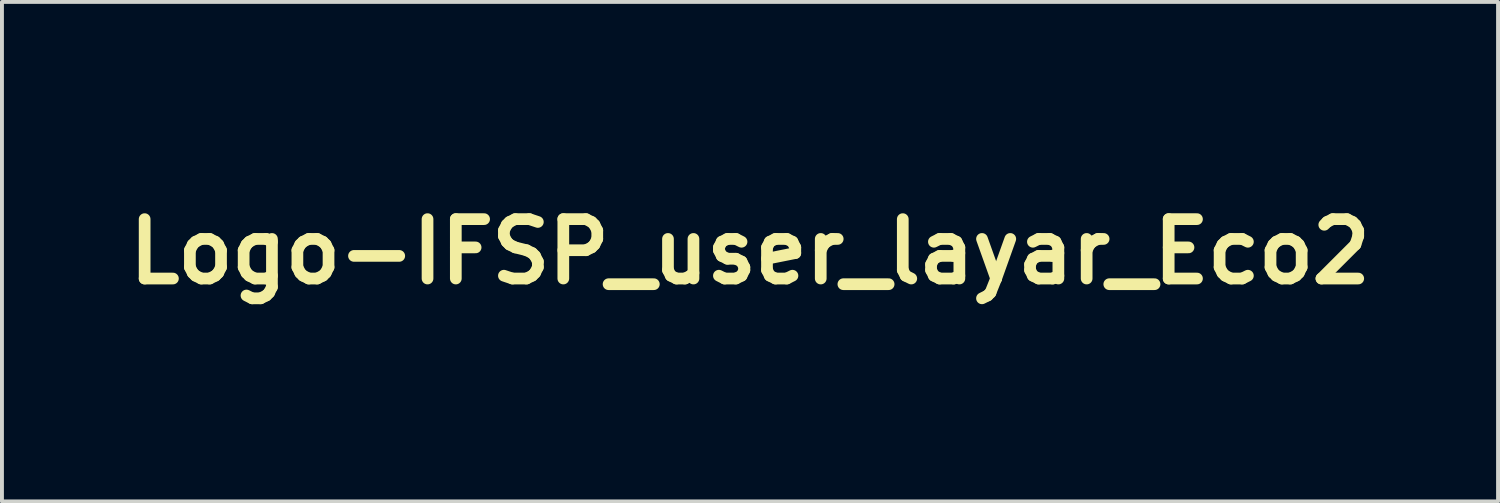
<source format=kicad_pcb>
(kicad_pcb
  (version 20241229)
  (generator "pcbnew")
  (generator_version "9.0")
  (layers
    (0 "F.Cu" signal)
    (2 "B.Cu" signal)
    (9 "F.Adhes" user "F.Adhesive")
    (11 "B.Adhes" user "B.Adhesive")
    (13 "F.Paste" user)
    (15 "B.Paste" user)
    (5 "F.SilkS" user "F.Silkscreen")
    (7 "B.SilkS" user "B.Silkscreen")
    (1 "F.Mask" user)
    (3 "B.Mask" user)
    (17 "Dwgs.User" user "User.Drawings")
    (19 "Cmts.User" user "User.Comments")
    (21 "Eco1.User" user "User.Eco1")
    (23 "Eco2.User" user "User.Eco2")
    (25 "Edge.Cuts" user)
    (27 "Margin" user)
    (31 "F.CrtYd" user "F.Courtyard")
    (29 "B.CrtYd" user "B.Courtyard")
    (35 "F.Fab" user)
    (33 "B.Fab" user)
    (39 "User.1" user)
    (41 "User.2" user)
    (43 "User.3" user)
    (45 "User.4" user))
  (footprint "Logo-IFSP_user_layar_Eco2"
    (layer "F.Cu")
    (at 16.191 3.406)
    (property "Reference" "Logo-IFSP_user_layar_Eco2" (at 0 0 0) (layer "F.SilkS") (effects (font (size 1.524 1.524) (thickness 0.3))))
    (attr through_hole)
    (fp_poly (pts (xy -1.732 -3.401) (xy -1.706 -3.4) (xy -1.681 -3.399) (xy -1.658 -3.397) (xy -1.638 -3.395) (xy -1.631 -3.394) (xy -1.568 -3.382) (xy -1.508 -3.365) (xy -1.449 -3.343) (xy -1.393 -3.317) (xy -1.338 -3.287) (xy -1.287 -3.252) (xy -1.238 -3.212) (xy -1.203 -3.18) (xy -1.158 -3.133) (xy -1.118 -3.084) (xy -1.083 -3.033) (xy -1.052 -2.979) (xy -1.025 -2.923) (xy -1.003 -2.864) (xy -0.985 -2.802) (xy -0.971 -2.738) (xy -0.967 -2.715) (xy -0.965 -2.696) (xy -0.963 -2.674) (xy -0.962 -2.648) (xy -0.961 -2.622) (xy -0.961 -2.594) (xy -0.962 -2.567) (xy -0.963 -2.542) (xy -0.964 -2.519) (xy -0.966 -2.501) (xy -0.966 -2.5) (xy -0.978 -2.434) (xy -0.994 -2.371) (xy -1.014 -2.311) (xy -1.039 -2.253) (xy -1.069 -2.197) (xy -1.102 -2.144) (xy -1.14 -2.094) (xy -1.182 -2.047) (xy -1.194 -2.035) (xy -1.241 -1.991) (xy -1.29 -1.952) (xy -1.342 -1.918) (xy -1.396 -1.888) (xy -1.453 -1.862) (xy -1.511 -1.841) (xy -1.571 -1.825) (xy -1.633 -1.813) (xy -1.697 -1.806) (xy -1.701 -1.806) (xy -1.719 -1.805) (xy -1.734 -1.804) (xy -1.748 -1.804) (xy -1.76 -1.804) (xy -1.774 -1.805) (xy -1.791 -1.806) (xy -1.798 -1.806) (xy -1.86 -1.813) (xy -1.922 -1.824) (xy -1.982 -1.841) (xy -2.04 -1.861) (xy -2.096 -1.887) (xy -2.149 -1.916) (xy -2.201 -1.95) (xy -2.25 -1.988) (xy -2.295 -2.03) (xy -2.338 -2.076) (xy -2.378 -2.125) (xy -2.402 -2.16) (xy -2.416 -2.181) (xy -2.43 -2.206) (xy -2.444 -2.232) (xy -2.457 -2.258) (xy -2.469 -2.282) (xy -2.473 -2.292) (xy -2.495 -2.352) (xy -2.512 -2.413) (xy -2.524 -2.474) (xy -2.532 -2.537) (xy -2.534 -2.599) (xy -2.532 -2.661) (xy -2.526 -2.724) (xy -2.514 -2.785) (xy -2.497 -2.846) (xy -2.476 -2.905) (xy -2.456 -2.951) (xy -2.426 -3.008) (xy -2.392 -3.061) (xy -2.355 -3.112) (xy -2.313 -3.159) (xy -2.268 -3.203) (xy -2.22 -3.242) (xy -2.177 -3.273) (xy -2.123 -3.306) (xy -2.067 -3.334) (xy -2.009 -3.357) (xy -1.95 -3.375) (xy -1.889 -3.389) (xy -1.826 -3.398) (xy -1.823 -3.399) (xy -1.805 -3.4) (xy -1.783 -3.401) (xy -1.758 -3.401) (xy -1.732 -3.401)) (stroke (width 0.01) (type solid)) (fill no) (layer "Eco2.User"))
    (fp_poly (pts (xy 1.536 0.038) (xy 1.593 0.039) (xy 1.655 0.039) (xy 1.722 0.039) (xy 1.737 0.039) (xy 1.798 0.039) (xy 1.854 0.039) (xy 1.905 0.039) (xy 1.952 0.039) (xy 1.994 0.039) (xy 2.033 0.039) (xy 2.067 0.039) (xy 2.098 0.04) (xy 2.126 0.04) (xy 2.151 0.04) (xy 2.173 0.04) (xy 2.192 0.041) (xy 2.209 0.041) (xy 2.223 0.041) (xy 2.236 0.042) (xy 2.246 0.042) (xy 2.255 0.043) (xy 2.263 0.044) (xy 2.27 0.045) (xy 2.275 0.045) (xy 2.28 0.046) (xy 2.284 0.048) (xy 2.289 0.049) (xy 2.293 0.05) (xy 2.297 0.052) (xy 2.301 0.053) (xy 2.305 0.054) (xy 2.339 0.068) (xy 2.371 0.087) (xy 2.402 0.11) (xy 2.43 0.136) (xy 2.456 0.167) (xy 2.478 0.2) (xy 2.493 0.225) (xy 2.505 0.253) (xy 2.516 0.283) (xy 2.525 0.314) (xy 2.528 0.326) (xy 2.534 0.352) (xy 2.534 1.355) (xy 2.528 1.381) (xy 2.516 1.425) (xy 2.501 1.466) (xy 2.481 1.503) (xy 2.458 1.538) (xy 2.431 1.569) (xy 2.426 1.575) (xy 2.396 1.602) (xy 2.364 1.625) (xy 2.331 1.642) (xy 2.296 1.656) (xy 2.259 1.664) (xy 2.253 1.665) (xy 2.247 1.666) (xy 2.237 1.666) (xy 2.222 1.666) (xy 2.203 1.667) (xy 2.18 1.667) (xy 2.154 1.667) (xy 2.124 1.668) (xy 2.091 1.668) (xy 2.056 1.668) (xy 2.018 1.668) (xy 1.979 1.669) (xy 1.937 1.669) (xy 1.894 1.669) (xy 1.85 1.669) (xy 1.805 1.669) (xy 1.759 1.669) (xy 1.713 1.669) (xy 1.667 1.669) (xy 1.622 1.669) (xy 1.577 1.669) (xy 1.533 1.669) (xy 1.491 1.669) (xy 1.449 1.668) (xy 1.41 1.668) (xy 1.373 1.668) (xy 1.338 1.668) (xy 1.306 1.667) (xy 1.278 1.667) (xy 1.252 1.667) (xy 1.23 1.666) (xy 1.212 1.666) (xy 1.198 1.666) (xy 1.189 1.665) (xy 1.186 1.665) (xy 1.149 1.657) (xy 1.114 1.644) (xy 1.08 1.626) (xy 1.048 1.604) (xy 1.018 1.577) (xy 1.017 1.576) (xy 0.99 1.545) (xy 0.966 1.511) (xy 0.946 1.475) (xy 0.93 1.435) (xy 0.917 1.392) (xy 0.914 1.379) (xy 0.908 1.353) (xy 0.908 0.354) (xy 0.914 0.328) (xy 0.926 0.284) (xy 0.941 0.244) (xy 0.96 0.206) (xy 0.982 0.172) (xy 1.007 0.141) (xy 1.034 0.114) (xy 1.065 0.091) (xy 1.098 0.071) (xy 1.133 0.056) (xy 1.17 0.046) (xy 1.201 0.041) (xy 1.207 0.04) (xy 1.216 0.04) (xy 1.229 0.04) (xy 1.246 0.039) (xy 1.267 0.039) (xy 1.292 0.039) (xy 1.322 0.039) (xy 1.355 0.039) (xy 1.394 0.039) (xy 1.437 0.039) (xy 1.484 0.038) (xy 1.536 0.038)) (stroke (width 0.01) (type solid)) (fill no) (layer "Eco2.User"))
    (fp_poly (pts (xy 1.527 -3.36) (xy 1.584 -3.36) (xy 1.646 -3.36) (xy 1.712 -3.36) (xy 1.735 -3.36) (xy 1.796 -3.36) (xy 1.852 -3.36) (xy 1.903 -3.359) (xy 1.95 -3.359) (xy 1.992 -3.359) (xy 2.031 -3.359) (xy 2.066 -3.359) (xy 2.097 -3.359) (xy 2.124 -3.359) (xy 2.149 -3.359) (xy 2.17 -3.358) (xy 2.189 -3.358) (xy 2.205 -3.358) (xy 2.219 -3.358) (xy 2.231 -3.358) (xy 2.241 -3.357) (xy 2.249 -3.357) (xy 2.255 -3.357) (xy 2.26 -3.356) (xy 2.264 -3.356) (xy 2.267 -3.355) (xy 2.27 -3.355) (xy 2.271 -3.355) (xy 2.306 -3.344) (xy 2.337 -3.332) (xy 2.365 -3.316) (xy 2.392 -3.297) (xy 2.418 -3.274) (xy 2.425 -3.268) (xy 2.452 -3.238) (xy 2.475 -3.206) (xy 2.494 -3.171) (xy 2.51 -3.134) (xy 2.523 -3.092) (xy 2.528 -3.073) (xy 2.534 -3.047) (xy 2.534 -2.043) (xy 2.528 -2.018) (xy 2.516 -1.975) (xy 2.501 -1.934) (xy 2.481 -1.896) (xy 2.458 -1.861) (xy 2.432 -1.83) (xy 2.428 -1.826) (xy 2.4 -1.8) (xy 2.371 -1.779) (xy 2.341 -1.761) (xy 2.307 -1.747) (xy 2.27 -1.736) (xy 2.267 -1.736) (xy 2.265 -1.735) (xy 2.262 -1.735) (xy 2.258 -1.734) (xy 2.254 -1.734) (xy 2.248 -1.733) (xy 2.241 -1.733) (xy 2.233 -1.733) (xy 2.223 -1.733) (xy 2.211 -1.732) (xy 2.196 -1.732) (xy 2.179 -1.732) (xy 2.16 -1.732) (xy 2.138 -1.732) (xy 2.113 -1.731) (xy 2.084 -1.731) (xy 2.053 -1.731) (xy 2.017 -1.731) (xy 1.978 -1.731) (xy 1.934 -1.731) (xy 1.886 -1.731) (xy 1.834 -1.731) (xy 1.777 -1.731) (xy 1.734 -1.731) (xy 1.683 -1.731) (xy 1.633 -1.731) (xy 1.585 -1.731) (xy 1.539 -1.731) (xy 1.494 -1.731) (xy 1.452 -1.731) (xy 1.413 -1.731) (xy 1.376 -1.731) (xy 1.343 -1.731) (xy 1.312 -1.731) (xy 1.285 -1.731) (xy 1.262 -1.731) (xy 1.243 -1.731) (xy 1.228 -1.731) (xy 1.217 -1.731) (xy 1.211 -1.731) (xy 1.21 -1.731) (xy 1.179 -1.736) (xy 1.151 -1.742) (xy 1.125 -1.751) (xy 1.101 -1.762) (xy 1.076 -1.776) (xy 1.066 -1.782) (xy 1.034 -1.806) (xy 1.006 -1.834) (xy 0.98 -1.866) (xy 0.958 -1.901) (xy 0.939 -1.939) (xy 0.924 -1.981) (xy 0.914 -2.019) (xy 0.908 -2.046) (xy 0.908 -3.042) (xy 0.914 -3.071) (xy 0.925 -3.113) (xy 0.94 -3.152) (xy 0.958 -3.189) (xy 0.979 -3.223) (xy 1.004 -3.254) (xy 1.031 -3.282) (xy 1.061 -3.305) (xy 1.093 -3.325) (xy 1.127 -3.341) (xy 1.163 -3.352) (xy 1.194 -3.358) (xy 1.199 -3.358) (xy 1.208 -3.359) (xy 1.22 -3.359) (xy 1.237 -3.359) (xy 1.258 -3.359) (xy 1.283 -3.36) (xy 1.312 -3.36) (xy 1.346 -3.36) (xy 1.384 -3.36) (xy 1.427 -3.36) (xy 1.475 -3.36) (xy 1.527 -3.36)) (stroke (width 0.01) (type solid)) (fill no) (layer "Eco2.User"))
    (fp_poly (pts (xy -1.664 0.062) (xy -1.606 0.062) (xy -1.553 0.062) (xy -1.505 0.062) (xy -1.461 0.062) (xy -1.421 0.062) (xy -1.386 0.063) (xy -1.353 0.063) (xy -1.325 0.063) (xy -1.299 0.063) (xy -1.277 0.063) (xy -1.258 0.063) (xy -1.241 0.063) (xy -1.227 0.064) (xy -1.216 0.064) (xy -1.206 0.064) (xy -1.199 0.065) (xy -1.193 0.065) (xy -1.189 0.065) (xy -1.186 0.066) (xy -1.148 0.075) (xy -1.112 0.089) (xy -1.078 0.108) (xy -1.047 0.13) (xy -1.017 0.157) (xy -0.991 0.187) (xy -0.968 0.22) (xy -0.948 0.257) (xy -0.94 0.275) (xy -0.929 0.308) (xy -0.919 0.343) (xy -0.913 0.377) (xy -0.912 0.387) (xy -0.912 0.393) (xy -0.911 0.401) (xy -0.911 0.412) (xy -0.911 0.426) (xy -0.91 0.443) (xy -0.91 0.464) (xy -0.91 0.489) (xy -0.91 0.517) (xy -0.91 0.549) (xy -0.91 0.585) (xy -0.91 0.625) (xy -0.91 0.67) (xy -0.91 0.719) (xy -0.91 0.773) (xy -0.91 0.831) (xy -0.91 0.894) (xy -0.911 1.373) (xy -0.916 1.4) (xy -0.928 1.445) (xy -0.943 1.486) (xy -0.962 1.524) (xy -0.985 1.559) (xy -1.011 1.59) (xy -1.04 1.618) (xy -1.071 1.642) (xy -1.106 1.661) (xy -1.144 1.677) (xy -1.165 1.683) (xy -1.19 1.69) (xy -1.714 1.691) (xy -1.777 1.691) (xy -1.835 1.691) (xy -1.888 1.691) (xy -1.936 1.691) (xy -1.981 1.691) (xy -2.021 1.691) (xy -2.057 1.691) (xy -2.09 1.691) (xy -2.119 1.691) (xy -2.144 1.69) (xy -2.167 1.69) (xy -2.187 1.69) (xy -2.203 1.69) (xy -2.218 1.69) (xy -2.23 1.689) (xy -2.24 1.689) (xy -2.248 1.689) (xy -2.254 1.688) (xy -2.258 1.688) (xy -2.261 1.688) (xy -2.297 1.68) (xy -2.332 1.666) (xy -2.366 1.649) (xy -2.398 1.626) (xy -2.428 1.599) (xy -2.433 1.594) (xy -2.461 1.561) (xy -2.484 1.526) (xy -2.504 1.488) (xy -2.52 1.446) (xy -2.531 1.402) (xy -2.533 1.392) (xy -2.539 1.36) (xy -2.539 0.88) (xy -2.539 0.821) (xy -2.539 0.767) (xy -2.539 0.717) (xy -2.539 0.672) (xy -2.539 0.63) (xy -2.539 0.593) (xy -2.539 0.56) (xy -2.538 0.53) (xy -2.538 0.503) (xy -2.538 0.479) (xy -2.538 0.458) (xy -2.537 0.44) (xy -2.537 0.423) (xy -2.537 0.409) (xy -2.536 0.397) (xy -2.535 0.387) (xy -2.535 0.378) (xy -2.534 0.37) (xy -2.533 0.363) (xy -2.532 0.356) (xy -2.531 0.351) (xy -2.53 0.345) (xy -2.528 0.339) (xy -2.527 0.334) (xy -2.525 0.328) (xy -2.525 0.326) (xy -2.512 0.286) (xy -2.495 0.248) (xy -2.475 0.213) (xy -2.452 0.18) (xy -2.425 0.151) (xy -2.396 0.126) (xy -2.365 0.104) (xy -2.331 0.087) (xy -2.309 0.078) (xy -2.297 0.074) (xy -2.282 0.07) (xy -2.269 0.067) (xy -2.268 0.067) (xy -2.266 0.066) (xy -2.263 0.066) (xy -2.259 0.065) (xy -2.255 0.065) (xy -2.25 0.065) (xy -2.243 0.064) (xy -2.236 0.064) (xy -2.227 0.064) (xy -2.215 0.063) (xy -2.202 0.063) (xy -2.187 0.063) (xy -2.17 0.063) (xy -2.149 0.063) (xy -2.126 0.063) (xy -2.1 0.063) (xy -2.071 0.062) (xy -2.038 0.062) (xy -2.001 0.062) (xy -1.96 0.062) (xy -1.916 0.062) (xy -1.867 0.062) (xy -1.813 0.062) (xy -1.755 0.062) (xy -1.726 0.062) (xy -1.664 0.062)) (stroke (width 0.01) (type solid)) (fill no) (layer "Eco2.User"))
    (fp_poly (pts (xy -0.179 -1.648) (xy -0.124 -1.648) (xy -0.065 -1.648) (xy -0.000038 -1.648) (xy 0.014 -1.648) (xy 0.54 -1.647) (xy 0.565 -1.64) (xy 0.588 -1.633) (xy 0.612 -1.622) (xy 0.637 -1.61) (xy 0.658 -1.597) (xy 0.662 -1.595) (xy 0.686 -1.576) (xy 0.709 -1.554) (xy 0.732 -1.528) (xy 0.752 -1.501) (xy 0.769 -1.472) (xy 0.777 -1.456) (xy 0.789 -1.428) (xy 0.8 -1.397) (xy 0.808 -1.365) (xy 0.811 -1.35) (xy 0.817 -1.32) (xy 0.817 -0.836) (xy 0.817 -0.777) (xy 0.817 -0.724) (xy 0.817 -0.675) (xy 0.817 -0.63) (xy 0.817 -0.59) (xy 0.816 -0.553) (xy 0.816 -0.521) (xy 0.816 -0.492) (xy 0.816 -0.466) (xy 0.816 -0.443) (xy 0.816 -0.423) (xy 0.816 -0.406) (xy 0.816 -0.391) (xy 0.815 -0.378) (xy 0.815 -0.367) (xy 0.815 -0.358) (xy 0.815 -0.35) (xy 0.814 -0.344) (xy 0.814 -0.338) (xy 0.813 -0.334) (xy 0.813 -0.33) (xy 0.812 -0.326) (xy 0.812 -0.324) (xy 0.803 -0.281) (xy 0.789 -0.241) (xy 0.772 -0.203) (xy 0.752 -0.168) (xy 0.729 -0.136) (xy 0.702 -0.107) (xy 0.673 -0.082) (xy 0.641 -0.061) (xy 0.608 -0.044) (xy 0.572 -0.031) (xy 0.55 -0.026) (xy 0.546 -0.025) (xy 0.543 -0.024) (xy 0.54 -0.024) (xy 0.536 -0.023) (xy 0.532 -0.023) (xy 0.527 -0.023) (xy 0.521 -0.022) (xy 0.513 -0.022) (xy 0.504 -0.022) (xy 0.493 -0.021) (xy 0.48 -0.021) (xy 0.465 -0.021) (xy 0.448 -0.021) (xy 0.428 -0.021) (xy 0.405 -0.021) (xy 0.38 -0.021) (xy 0.351 -0.021) (xy 0.318 -0.021) (xy 0.282 -0.021) (xy 0.243 -0.021) (xy 0.199 -0.021) (xy 0.15 -0.021) (xy 0.098 -0.021) (xy 0.04 -0.021) (xy 0.001 -0.021) (xy -0.05 -0.021) (xy -0.101 -0.021) (xy -0.149 -0.021) (xy -0.196 -0.021) (xy -0.241 -0.021) (xy -0.283 -0.021) (xy -0.324 -0.021) (xy -0.361 -0.021) (xy -0.395 -0.022) (xy -0.427 -0.022) (xy -0.454 -0.022) (xy -0.479 -0.022) (xy -0.499 -0.022) (xy -0.515 -0.023) (xy -0.526 -0.023) (xy -0.533 -0.023) (xy -0.535 -0.023) (xy -0.571 -0.032) (xy -0.606 -0.045) (xy -0.64 -0.063) (xy -0.671 -0.085) (xy -0.701 -0.111) (xy -0.727 -0.14) (xy -0.745 -0.165) (xy -0.767 -0.202) (xy -0.785 -0.241) (xy -0.798 -0.282) (xy -0.807 -0.325) (xy -0.81 -0.347) (xy -0.811 -0.352) (xy -0.811 -0.362) (xy -0.811 -0.377) (xy -0.811 -0.396) (xy -0.812 -0.418) (xy -0.812 -0.444) (xy -0.812 -0.473) (xy -0.812 -0.506) (xy -0.812 -0.54) (xy -0.812 -0.577) (xy -0.813 -0.616) (xy -0.813 -0.657) (xy -0.813 -0.698) (xy -0.813 -0.741) (xy -0.813 -0.785) (xy -0.813 -0.828) (xy -0.813 -0.872) (xy -0.813 -0.916) (xy -0.813 -0.959) (xy -0.813 -1.001) (xy -0.813 -1.042) (xy -0.812 -1.081) (xy -0.812 -1.119) (xy -0.812 -1.154) (xy -0.812 -1.187) (xy -0.812 -1.217) (xy -0.812 -1.244) (xy -0.811 -1.267) (xy -0.811 -1.287) (xy -0.811 -1.303) (xy -0.811 -1.314) (xy -0.81 -1.321) (xy -0.81 -1.322) (xy -0.803 -1.367) (xy -0.792 -1.409) (xy -0.776 -1.449) (xy -0.756 -1.487) (xy -0.745 -1.504) (xy -0.721 -1.537) (xy -0.693 -1.565) (xy -0.663 -1.59) (xy -0.631 -1.611) (xy -0.596 -1.628) (xy -0.56 -1.64) (xy -0.531 -1.646) (xy -0.527 -1.646) (xy -0.521 -1.646) (xy -0.511 -1.647) (xy -0.499 -1.647) (xy -0.484 -1.647) (xy -0.465 -1.648) (xy -0.443 -1.648) (xy -0.417 -1.648) (xy -0.388 -1.648) (xy -0.354 -1.648) (xy -0.317 -1.648) (xy -0.275 -1.648) (xy -0.229 -1.648) (xy -0.179 -1.648)) (stroke (width 0.01) (type solid)) (fill no) (layer "Eco2.User"))
    (fp_poly (pts (xy 0.235 0.061) (xy 0.286 0.061) (xy 0.332 0.061) (xy 0.373 0.062) (xy 0.409 0.062) (xy 0.439 0.062) (xy 0.465 0.062) (xy 0.485 0.062) (xy 0.501 0.063) (xy 0.511 0.063) (xy 0.516 0.063) (xy 0.551 0.068) (xy 0.584 0.077) (xy 0.615 0.09) (xy 0.621 0.093) (xy 0.656 0.113) (xy 0.688 0.137) (xy 0.716 0.165) (xy 0.742 0.196) (xy 0.764 0.231) (xy 0.783 0.269) (xy 0.798 0.309) (xy 0.81 0.353) (xy 0.811 0.358) (xy 0.816 0.387) (xy 0.817 0.852) (xy 0.817 0.912) (xy 0.817 0.967) (xy 0.818 1.017) (xy 0.818 1.063) (xy 0.818 1.105) (xy 0.818 1.143) (xy 0.817 1.177) (xy 0.817 1.208) (xy 0.817 1.236) (xy 0.817 1.26) (xy 0.817 1.282) (xy 0.816 1.301) (xy 0.816 1.318) (xy 0.816 1.332) (xy 0.815 1.345) (xy 0.815 1.356) (xy 0.814 1.366) (xy 0.813 1.374) (xy 0.812 1.382) (xy 0.811 1.389) (xy 0.81 1.395) (xy 0.809 1.401) (xy 0.808 1.407) (xy 0.807 1.409) (xy 0.796 1.451) (xy 0.781 1.49) (xy 0.762 1.526) (xy 0.74 1.56) (xy 0.715 1.591) (xy 0.687 1.618) (xy 0.656 1.641) (xy 0.623 1.661) (xy 0.587 1.676) (xy 0.577 1.679) (xy 0.573 1.68) (xy 0.568 1.682) (xy 0.564 1.683) (xy 0.56 1.684) (xy 0.555 1.685) (xy 0.55 1.686) (xy 0.543 1.687) (xy 0.536 1.688) (xy 0.528 1.688) (xy 0.518 1.689) (xy 0.507 1.689) (xy 0.493 1.69) (xy 0.478 1.69) (xy 0.46 1.69) (xy 0.44 1.691) (xy 0.417 1.691) (xy 0.391 1.691) (xy 0.362 1.691) (xy 0.329 1.691) (xy 0.293 1.691) (xy 0.253 1.691) (xy 0.209 1.691) (xy 0.161 1.691) (xy 0.109 1.691) (xy 0.051 1.691) (xy -0.001 1.691) (xy -0.052 1.691) (xy -0.102 1.691) (xy -0.15 1.691) (xy -0.196 1.691) (xy -0.241 1.691) (xy -0.283 1.691) (xy -0.323 1.691) (xy -0.36 1.69) (xy -0.394 1.69) (xy -0.425 1.69) (xy -0.452 1.69) (xy -0.476 1.69) (xy -0.496 1.69) (xy -0.511 1.689) (xy -0.522 1.689) (xy -0.528 1.689) (xy -0.53 1.689) (xy -0.566 1.681) (xy -0.601 1.669) (xy -0.635 1.652) (xy -0.666 1.631) (xy -0.695 1.606) (xy -0.722 1.577) (xy -0.746 1.546) (xy -0.766 1.511) (xy -0.784 1.473) (xy -0.796 1.436) (xy -0.798 1.43) (xy -0.8 1.425) (xy -0.801 1.42) (xy -0.803 1.415) (xy -0.804 1.41) (xy -0.805 1.404) (xy -0.806 1.398) (xy -0.807 1.392) (xy -0.808 1.384) (xy -0.808 1.375) (xy -0.809 1.365) (xy -0.81 1.353) (xy -0.81 1.339) (xy -0.81 1.323) (xy -0.811 1.305) (xy -0.811 1.284) (xy -0.811 1.261) (xy -0.811 1.234) (xy -0.811 1.204) (xy -0.811 1.171) (xy -0.812 1.134) (xy -0.812 1.093) (xy -0.812 1.048) (xy -0.812 0.998) (xy -0.812 0.944) (xy -0.812 0.885) (xy -0.812 0.875) (xy -0.812 0.382) (xy -0.805 0.35) (xy -0.793 0.306) (xy -0.777 0.265) (xy -0.758 0.228) (xy -0.735 0.193) (xy -0.708 0.161) (xy -0.708 0.161) (xy -0.679 0.133) (xy -0.648 0.11) (xy -0.615 0.092) (xy -0.58 0.077) (xy -0.547 0.068) (xy -0.545 0.067) (xy -0.542 0.067) (xy -0.539 0.066) (xy -0.535 0.066) (xy -0.531 0.065) (xy -0.526 0.065) (xy -0.52 0.064) (xy -0.513 0.064) (xy -0.504 0.064) (xy -0.493 0.063) (xy -0.481 0.063) (xy -0.466 0.063) (xy -0.449 0.063) (xy -0.429 0.063) (xy -0.406 0.063) (xy -0.381 0.062) (xy -0.352 0.062) (xy -0.319 0.062) (xy -0.283 0.062) (xy -0.243 0.062) (xy -0.199 0.062) (xy -0.15 0.062) (xy -0.097 0.062) (xy -0.039 0.062) (xy -0.019 0.062) (xy 0.052 0.061) (xy 0.118 0.061) (xy 0.179 0.061) (xy 0.235 0.061)) (stroke (width 0.01) (type solid)) (fill no) (layer "Eco2.User"))
    (fp_poly (pts (xy -1.484 -1.648) (xy -1.434 -1.648) (xy -1.387 -1.648) (xy -1.346 -1.648) (xy -1.309 -1.648) (xy -1.277 -1.647) (xy -1.251 -1.647) (xy -1.229 -1.647) (xy -1.212 -1.647) (xy -1.2 -1.647) (xy -1.193 -1.646) (xy -1.191 -1.646) (xy -1.154 -1.638) (xy -1.119 -1.625) (xy -1.085 -1.607) (xy -1.053 -1.586) (xy -1.023 -1.56) (xy -0.995 -1.53) (xy -0.971 -1.497) (xy -0.97 -1.495) (xy -0.953 -1.464) (xy -0.938 -1.43) (xy -0.926 -1.394) (xy -0.917 -1.356) (xy -0.912 -1.325) (xy -0.912 -1.32) (xy -0.911 -1.309) (xy -0.911 -1.294) (xy -0.911 -1.275) (xy -0.911 -1.253) (xy -0.91 -1.226) (xy -0.91 -1.197) (xy -0.91 -1.164) (xy -0.91 -1.129) (xy -0.91 -1.092) (xy -0.909 -1.053) (xy -0.909 -1.012) (xy -0.909 -0.97) (xy -0.909 -0.927) (xy -0.909 -0.884) (xy -0.909 -0.839) (xy -0.909 -0.795) (xy -0.909 -0.752) (xy -0.909 -0.708) (xy -0.909 -0.666) (xy -0.909 -0.625) (xy -0.91 -0.586) (xy -0.91 -0.548) (xy -0.91 -0.512) (xy -0.91 -0.479) (xy -0.91 -0.449) (xy -0.91 -0.422) (xy -0.911 -0.398) (xy -0.911 -0.378) (xy -0.911 -0.363) (xy -0.912 -0.351) (xy -0.912 -0.344) (xy -0.912 -0.343) (xy -0.919 -0.301) (xy -0.93 -0.261) (xy -0.945 -0.222) (xy -0.963 -0.186) (xy -0.985 -0.152) (xy -1.01 -0.122) (xy -1.038 -0.095) (xy -1.069 -0.071) (xy -1.102 -0.052) (xy -1.137 -0.036) (xy -1.139 -0.036) (xy -1.144 -0.034) (xy -1.148 -0.032) (xy -1.153 -0.031) (xy -1.157 -0.03) (xy -1.161 -0.028) (xy -1.166 -0.027) (xy -1.171 -0.026) (xy -1.178 -0.025) (xy -1.185 -0.024) (xy -1.194 -0.024) (xy -1.204 -0.023) (xy -1.216 -0.023) (xy -1.229 -0.022) (xy -1.245 -0.022) (xy -1.263 -0.021) (xy -1.284 -0.021) (xy -1.308 -0.021) (xy -1.334 -0.021) (xy -1.364 -0.021) (xy -1.397 -0.021) (xy -1.434 -0.02) (xy -1.475 -0.02) (xy -1.519 -0.02) (xy -1.568 -0.02) (xy -1.622 -0.02) (xy -1.68 -0.02) (xy -1.727 -0.02) (xy -1.788 -0.021) (xy -1.843 -0.021) (xy -1.895 -0.021) (xy -1.941 -0.021) (xy -1.984 -0.021) (xy -2.022 -0.021) (xy -2.057 -0.021) (xy -2.088 -0.021) (xy -2.116 -0.021) (xy -2.14 -0.021) (xy -2.162 -0.021) (xy -2.181 -0.021) (xy -2.197 -0.022) (xy -2.211 -0.022) (xy -2.223 -0.022) (xy -2.234 -0.022) (xy -2.242 -0.022) (xy -2.249 -0.023) (xy -2.255 -0.023) (xy -2.259 -0.024) (xy -2.263 -0.024) (xy -2.267 -0.024) (xy -2.27 -0.025) (xy -2.272 -0.025) (xy -2.309 -0.036) (xy -2.345 -0.051) (xy -2.378 -0.07) (xy -2.409 -0.094) (xy -2.438 -0.121) (xy -2.463 -0.153) (xy -2.486 -0.187) (xy -2.498 -0.212) (xy -2.513 -0.246) (xy -2.524 -0.279) (xy -2.532 -0.314) (xy -2.537 -0.352) (xy -2.538 -0.364) (xy -2.538 -0.371) (xy -2.538 -0.383) (xy -2.538 -0.398) (xy -2.539 -0.418) (xy -2.539 -0.442) (xy -2.539 -0.469) (xy -2.539 -0.499) (xy -2.539 -0.532) (xy -2.539 -0.568) (xy -2.539 -0.606) (xy -2.54 -0.645) (xy -2.54 -0.686) (xy -2.54 -0.728) (xy -2.54 -0.771) (xy -2.54 -0.814) (xy -2.54 -0.857) (xy -2.54 -0.901) (xy -2.54 -0.943) (xy -2.54 -0.985) (xy -2.54 -1.026) (xy -2.539 -1.066) (xy -2.539 -1.103) (xy -2.539 -1.138) (xy -2.539 -1.171) (xy -2.539 -1.201) (xy -2.539 -1.228) (xy -2.539 -1.252) (xy -2.538 -1.271) (xy -2.538 -1.287) (xy -2.538 -1.298) (xy -2.538 -1.304) (xy -2.534 -1.342) (xy -2.527 -1.377) (xy -2.517 -1.41) (xy -2.504 -1.444) (xy -2.498 -1.457) (xy -2.477 -1.495) (xy -2.453 -1.529) (xy -2.425 -1.561) (xy -2.393 -1.588) (xy -2.377 -1.6) (xy -2.363 -1.608) (xy -2.346 -1.617) (xy -2.327 -1.625) (xy -2.309 -1.633) (xy -2.291 -1.639) (xy -2.287 -1.64) (xy -2.262 -1.647) (xy -1.735 -1.648) (xy -1.665 -1.648) (xy -1.6 -1.648) (xy -1.54 -1.648) (xy -1.484 -1.648)) (stroke (width 0.01) (type solid)) (fill no) (layer "Eco2.User"))
    (fp_poly (pts (xy -0.204 -3.36) (xy -0.152 -3.36) (xy -0.095 -3.36) (xy -0.034 -3.36) (xy 0.018 -3.36) (xy 0.078 -3.36) (xy 0.133 -3.36) (xy 0.184 -3.36) (xy 0.23 -3.359) (xy 0.273 -3.359) (xy 0.311 -3.359) (xy 0.345 -3.359) (xy 0.376 -3.359) (xy 0.403 -3.359) (xy 0.427 -3.359) (xy 0.448 -3.359) (xy 0.467 -3.358) (xy 0.483 -3.358) (xy 0.497 -3.358) (xy 0.508 -3.358) (xy 0.518 -3.358) (xy 0.526 -3.357) (xy 0.533 -3.357) (xy 0.538 -3.357) (xy 0.543 -3.356) (xy 0.546 -3.356) (xy 0.549 -3.355) (xy 0.552 -3.355) (xy 0.554 -3.354) (xy 0.556 -3.354) (xy 0.594 -3.342) (xy 0.63 -3.325) (xy 0.664 -3.304) (xy 0.695 -3.279) (xy 0.723 -3.25) (xy 0.748 -3.218) (xy 0.769 -3.182) (xy 0.773 -3.174) (xy 0.787 -3.143) (xy 0.798 -3.114) (xy 0.806 -3.084) (xy 0.812 -3.053) (xy 0.815 -3.02) (xy 0.816 -3.013) (xy 0.816 -3.002) (xy 0.816 -2.987) (xy 0.817 -2.969) (xy 0.817 -2.946) (xy 0.817 -2.918) (xy 0.817 -2.887) (xy 0.817 -2.851) (xy 0.817 -2.81) (xy 0.817 -2.765) (xy 0.817 -2.716) (xy 0.817 -2.661) (xy 0.817 -2.602) (xy 0.817 -2.537) (xy 0.817 -2.521) (xy 0.817 -2.464) (xy 0.817 -2.412) (xy 0.817 -2.364) (xy 0.817 -2.321) (xy 0.817 -2.282) (xy 0.817 -2.247) (xy 0.816 -2.216) (xy 0.816 -2.188) (xy 0.816 -2.163) (xy 0.816 -2.141) (xy 0.816 -2.123) (xy 0.816 -2.106) (xy 0.815 -2.092) (xy 0.815 -2.08) (xy 0.815 -2.07) (xy 0.815 -2.062) (xy 0.814 -2.055) (xy 0.814 -2.049) (xy 0.813 -2.044) (xy 0.813 -2.04) (xy 0.812 -2.036) (xy 0.812 -2.033) (xy 0.811 -2.029) (xy 0.811 -2.028) (xy 0.8 -1.984) (xy 0.786 -1.943) (xy 0.767 -1.905) (xy 0.746 -1.87) (xy 0.721 -1.838) (xy 0.692 -1.81) (xy 0.661 -1.785) (xy 0.628 -1.765) (xy 0.591 -1.748) (xy 0.552 -1.737) (xy 0.548 -1.735) (xy 0.545 -1.735) (xy 0.542 -1.734) (xy 0.538 -1.734) (xy 0.533 -1.734) (xy 0.526 -1.733) (xy 0.519 -1.733) (xy 0.509 -1.733) (xy 0.497 -1.733) (xy 0.484 -1.732) (xy 0.468 -1.732) (xy 0.449 -1.732) (xy 0.428 -1.732) (xy 0.403 -1.732) (xy 0.376 -1.731) (xy 0.345 -1.731) (xy 0.31 -1.731) (xy 0.272 -1.731) (xy 0.229 -1.731) (xy 0.183 -1.731) (xy 0.132 -1.731) (xy 0.076 -1.731) (xy 0.015 -1.731) (xy -0.036 -1.731) (xy -0.085 -1.731) (xy -0.133 -1.731) (xy -0.18 -1.731) (xy -0.224 -1.731) (xy -0.266 -1.731) (xy -0.306 -1.731) (xy -0.343 -1.731) (xy -0.377 -1.731) (xy -0.407 -1.731) (xy -0.434 -1.731) (xy -0.458 -1.731) (xy -0.477 -1.731) (xy -0.493 -1.731) (xy -0.503 -1.731) (xy -0.509 -1.731) (xy -0.511 -1.731) (xy -0.548 -1.737) (xy -0.584 -1.747) (xy -0.618 -1.762) (xy -0.651 -1.781) (xy -0.682 -1.805) (xy -0.71 -1.832) (xy -0.736 -1.863) (xy -0.758 -1.897) (xy -0.77 -1.919) (xy -0.784 -1.95) (xy -0.795 -1.982) (xy -0.804 -2.018) (xy -0.805 -2.019) (xy -0.812 -2.051) (xy -0.812 -2.544) (xy -0.812 -2.603) (xy -0.812 -2.658) (xy -0.812 -2.708) (xy -0.812 -2.754) (xy -0.812 -2.796) (xy -0.811 -2.834) (xy -0.811 -2.867) (xy -0.811 -2.898) (xy -0.811 -2.925) (xy -0.811 -2.949) (xy -0.811 -2.97) (xy -0.81 -2.989) (xy -0.81 -3.005) (xy -0.81 -3.02) (xy -0.809 -3.032) (xy -0.808 -3.042) (xy -0.808 -3.051) (xy -0.807 -3.059) (xy -0.806 -3.066) (xy -0.805 -3.072) (xy -0.804 -3.078) (xy -0.803 -3.083) (xy -0.801 -3.088) (xy -0.8 -3.093) (xy -0.798 -3.098) (xy -0.797 -3.104) (xy -0.796 -3.105) (xy -0.782 -3.145) (xy -0.765 -3.183) (xy -0.744 -3.218) (xy -0.72 -3.249) (xy -0.693 -3.277) (xy -0.663 -3.302) (xy -0.631 -3.322) (xy -0.597 -3.339) (xy -0.562 -3.35) (xy -0.525 -3.358) (xy -0.523 -3.358) (xy -0.519 -3.358) (xy -0.511 -3.358) (xy -0.501 -3.359) (xy -0.488 -3.359) (xy -0.471 -3.359) (xy -0.451 -3.359) (xy -0.428 -3.36) (xy -0.4 -3.36) (xy -0.369 -3.36) (xy -0.335 -3.36) (xy -0.295 -3.36) (xy -0.252 -3.36) (xy -0.204 -3.36)) (stroke (width 0.01) (type solid)) (fill no) (layer "Eco2.User"))
    (fp_poly (pts (xy -0.073 1.773) (xy -0.013 1.773) (xy 0.003 1.773) (xy 0.067 1.773) (xy 0.128 1.773) (xy 0.185 1.773) (xy 0.238 1.773) (xy 0.287 1.773) (xy 0.332 1.773) (xy 0.372 1.774) (xy 0.408 1.774) (xy 0.44 1.774) (xy 0.467 1.774) (xy 0.489 1.774) (xy 0.507 1.775) (xy 0.519 1.775) (xy 0.527 1.775) (xy 0.53 1.776) (xy 0.568 1.783) (xy 0.604 1.796) (xy 0.638 1.813) (xy 0.67 1.834) (xy 0.701 1.86) (xy 0.725 1.886) (xy 0.745 1.911) (xy 0.762 1.939) (xy 0.773 1.96) (xy 0.787 1.99) (xy 0.798 2.02) (xy 0.806 2.049) (xy 0.812 2.08) (xy 0.815 2.113) (xy 0.816 2.12) (xy 0.816 2.131) (xy 0.816 2.146) (xy 0.817 2.165) (xy 0.817 2.188) (xy 0.817 2.215) (xy 0.817 2.246) (xy 0.817 2.282) (xy 0.817 2.323) (xy 0.817 2.368) (xy 0.817 2.418) (xy 0.817 2.472) (xy 0.817 2.532) (xy 0.817 2.596) (xy 0.817 2.612) (xy 0.817 2.669) (xy 0.817 2.722) (xy 0.817 2.769) (xy 0.817 2.812) (xy 0.817 2.851) (xy 0.817 2.886) (xy 0.816 2.918) (xy 0.816 2.946) (xy 0.816 2.97) (xy 0.816 2.992) (xy 0.816 3.011) (xy 0.816 3.027) (xy 0.815 3.041) (xy 0.815 3.053) (xy 0.815 3.063) (xy 0.815 3.072) (xy 0.814 3.079) (xy 0.814 3.084) (xy 0.813 3.089) (xy 0.813 3.094) (xy 0.812 3.097) (xy 0.812 3.101) (xy 0.811 3.104) (xy 0.811 3.105) (xy 0.8 3.15) (xy 0.785 3.192) (xy 0.766 3.231) (xy 0.743 3.267) (xy 0.717 3.299) (xy 0.713 3.303) (xy 0.683 3.331) (xy 0.651 3.355) (xy 0.617 3.374) (xy 0.579 3.389) (xy 0.548 3.398) (xy 0.545 3.398) (xy 0.542 3.399) (xy 0.538 3.399) (xy 0.533 3.4) (xy 0.526 3.4) (xy 0.519 3.4) (xy 0.509 3.401) (xy 0.497 3.401) (xy 0.484 3.401) (xy 0.468 3.401) (xy 0.449 3.401) (xy 0.428 3.402) (xy 0.404 3.402) (xy 0.376 3.402) (xy 0.345 3.402) (xy 0.311 3.402) (xy 0.272 3.402) (xy 0.23 3.402) (xy 0.184 3.402) (xy 0.133 3.402) (xy 0.077 3.402) (xy 0.016 3.402) (xy 0.014 3.402) (xy -0.037 3.403) (xy -0.087 3.403) (xy -0.135 3.403) (xy -0.181 3.403) (xy -0.225 3.403) (xy -0.267 3.403) (xy -0.307 3.403) (xy -0.343 3.403) (xy -0.377 3.402) (xy -0.407 3.402) (xy -0.434 3.402) (xy -0.458 3.402) (xy -0.477 3.402) (xy -0.492 3.402) (xy -0.502 3.402) (xy -0.508 3.402) (xy -0.509 3.402) (xy -0.536 3.398) (xy -0.56 3.393) (xy -0.581 3.387) (xy -0.602 3.379) (xy -0.62 3.371) (xy -0.649 3.354) (xy -0.677 3.333) (xy -0.704 3.308) (xy -0.707 3.304) (xy -0.734 3.273) (xy -0.757 3.24) (xy -0.775 3.204) (xy -0.791 3.165) (xy -0.803 3.123) (xy -0.805 3.114) (xy -0.812 3.082) (xy -0.812 2.59) (xy -0.812 2.53) (xy -0.812 2.475) (xy -0.812 2.425) (xy -0.812 2.379) (xy -0.812 2.337) (xy -0.811 2.3) (xy -0.811 2.266) (xy -0.811 2.235) (xy -0.811 2.208) (xy -0.811 2.184) (xy -0.811 2.163) (xy -0.81 2.144) (xy -0.81 2.128) (xy -0.81 2.114) (xy -0.809 2.102) (xy -0.808 2.091) (xy -0.808 2.082) (xy -0.807 2.074) (xy -0.806 2.067) (xy -0.805 2.061) (xy -0.804 2.056) (xy -0.803 2.051) (xy -0.801 2.046) (xy -0.8 2.041) (xy -0.798 2.035) (xy -0.797 2.029) (xy -0.796 2.028) (xy -0.782 1.988) (xy -0.764 1.95) (xy -0.743 1.914) (xy -0.718 1.883) (xy -0.691 1.854) (xy -0.66 1.83) (xy -0.628 1.809) (xy -0.592 1.793) (xy -0.58 1.788) (xy -0.575 1.786) (xy -0.57 1.785) (xy -0.565 1.783) (xy -0.561 1.782) (xy -0.556 1.781) (xy -0.551 1.78) (xy -0.545 1.779) (xy -0.538 1.778) (xy -0.53 1.777) (xy -0.52 1.776) (xy -0.51 1.776) (xy -0.497 1.775) (xy -0.482 1.775) (xy -0.466 1.774) (xy -0.446 1.774) (xy -0.425 1.774) (xy -0.4 1.773) (xy -0.372 1.773) (xy -0.341 1.773) (xy -0.306 1.773) (xy -0.268 1.773) (xy -0.226 1.773) (xy -0.18 1.773) (xy -0.129 1.773) (xy -0.073 1.773)) (stroke (width 0.01) (type solid)) (fill no) (layer "Eco2.User"))
    (fp_poly (pts (xy -1.46 1.773) (xy -1.418 1.773) (xy -1.38 1.773) (xy -1.346 1.773) (xy -1.316 1.774) (xy -1.289 1.774) (xy -1.267 1.774) (xy -1.247 1.774) (xy -1.232 1.774) (xy -1.219 1.775) (xy -1.209 1.775) (xy -1.202 1.775) (xy -1.199 1.776) (xy -1.161 1.783) (xy -1.125 1.795) (xy -1.09 1.811) (xy -1.058 1.833) (xy -1.027 1.858) (xy -1.021 1.864) (xy -0.993 1.895) (xy -0.97 1.929) (xy -0.95 1.965) (xy -0.933 2.004) (xy -0.92 2.047) (xy -0.916 2.064) (xy -0.911 2.089) (xy -0.91 2.569) (xy -0.91 2.632) (xy -0.91 2.691) (xy -0.91 2.744) (xy -0.91 2.793) (xy -0.91 2.838) (xy -0.91 2.878) (xy -0.91 2.914) (xy -0.91 2.946) (xy -0.91 2.974) (xy -0.91 2.999) (xy -0.91 3.02) (xy -0.911 3.037) (xy -0.911 3.051) (xy -0.911 3.063) (xy -0.912 3.071) (xy -0.912 3.076) (xy -0.912 3.077) (xy -0.919 3.119) (xy -0.929 3.16) (xy -0.944 3.199) (xy -0.962 3.235) (xy -0.984 3.268) (xy -1.008 3.299) (xy -1.036 3.326) (xy -1.066 3.349) (xy -1.098 3.369) (xy -1.133 3.384) (xy -1.162 3.393) (xy -1.166 3.394) (xy -1.17 3.395) (xy -1.174 3.396) (xy -1.178 3.397) (xy -1.183 3.398) (xy -1.189 3.399) (xy -1.195 3.399) (xy -1.203 3.4) (xy -1.212 3.4) (xy -1.222 3.401) (xy -1.233 3.401) (xy -1.247 3.402) (xy -1.262 3.402) (xy -1.28 3.402) (xy -1.3 3.403) (xy -1.323 3.403) (xy -1.348 3.403) (xy -1.377 3.403) (xy -1.408 3.403) (xy -1.443 3.403) (xy -1.481 3.403) (xy -1.523 3.403) (xy -1.569 3.404) (xy -1.619 3.404) (xy -1.673 3.404) (xy -1.732 3.404) (xy -1.795 3.404) (xy -1.864 3.404) (xy -1.883 3.404) (xy -2.54 3.403) (xy -2.54 3.242) (xy -2.54 3.08) (xy -2.535 3.105) (xy -2.525 3.148) (xy -2.512 3.188) (xy -2.494 3.226) (xy -2.474 3.261) (xy -2.45 3.293) (xy -2.423 3.321) (xy -2.393 3.346) (xy -2.36 3.367) (xy -2.329 3.382) (xy -2.317 3.387) (xy -2.303 3.391) (xy -2.289 3.395) (xy -2.277 3.399) (xy -2.267 3.4) (xy -2.262 3.401) (xy -2.26 3.4) (xy -2.263 3.399) (xy -2.27 3.398) (xy -2.271 3.397) (xy -2.307 3.388) (xy -2.341 3.373) (xy -2.374 3.355) (xy -2.404 3.332) (xy -2.432 3.306) (xy -2.458 3.277) (xy -2.48 3.244) (xy -2.5 3.209) (xy -2.515 3.172) (xy -2.527 3.132) (xy -2.531 3.114) (xy -2.532 3.108) (xy -2.533 3.101) (xy -2.534 3.094) (xy -2.535 3.086) (xy -2.536 3.078) (xy -2.536 3.068) (xy -2.537 3.056) (xy -2.538 3.043) (xy -2.538 3.028) (xy -2.538 3.011) (xy -2.539 2.991) (xy -2.539 2.969) (xy -2.539 2.944) (xy -2.539 2.916) (xy -2.54 2.885) (xy -2.54 2.851) (xy -2.54 2.812) (xy -2.54 2.77) (xy -2.54 2.723) (xy -2.54 2.673) (xy -2.539 2.617) (xy -2.539 2.557) (xy -2.539 2.555) (xy -2.539 2.499) (xy -2.539 2.447) (xy -2.539 2.4) (xy -2.539 2.358) (xy -2.539 2.319) (xy -2.539 2.285) (xy -2.539 2.254) (xy -2.538 2.226) (xy -2.538 2.202) (xy -2.538 2.181) (xy -2.538 2.162) (xy -2.538 2.147) (xy -2.537 2.133) (xy -2.537 2.121) (xy -2.537 2.112) (xy -2.537 2.103) (xy -2.536 2.097) (xy -2.536 2.091) (xy -2.535 2.086) (xy -2.535 2.082) (xy -2.534 2.078) (xy -2.534 2.075) (xy -2.533 2.071) (xy -2.533 2.071) (xy -2.522 2.026) (xy -2.507 1.984) (xy -2.488 1.945) (xy -2.464 1.908) (xy -2.437 1.875) (xy -2.432 1.869) (xy -2.403 1.843) (xy -2.373 1.82) (xy -2.341 1.802) (xy -2.306 1.788) (xy -2.274 1.779) (xy -2.272 1.778) (xy -2.269 1.778) (xy -2.265 1.777) (xy -2.26 1.777) (xy -2.255 1.777) (xy -2.247 1.776) (xy -2.239 1.776) (xy -2.228 1.776) (xy -2.215 1.775) (xy -2.2 1.775) (xy -2.183 1.775) (xy -2.163 1.775) (xy -2.14 1.775) (xy -2.114 1.775) (xy -2.085 1.774) (xy -2.052 1.774) (xy -2.016 1.774) (xy -1.975 1.774) (xy -1.931 1.774) (xy -1.882 1.774) (xy -1.828 1.774) (xy -1.77 1.774) (xy -1.74 1.774) (xy -1.674 1.773) (xy -1.614 1.773) (xy -1.558 1.773) (xy -1.507 1.773) (xy -1.46 1.773)) (stroke (width 0.01) (type solid)) (fill no) (layer "Eco2.User")))
  (gr_rect
    (start -3 -3)
    (end 35.381 9.814)
    (stroke (width 0.1) (type default))
    (fill no)
    (layer "Edge.Cuts")))
</source>
